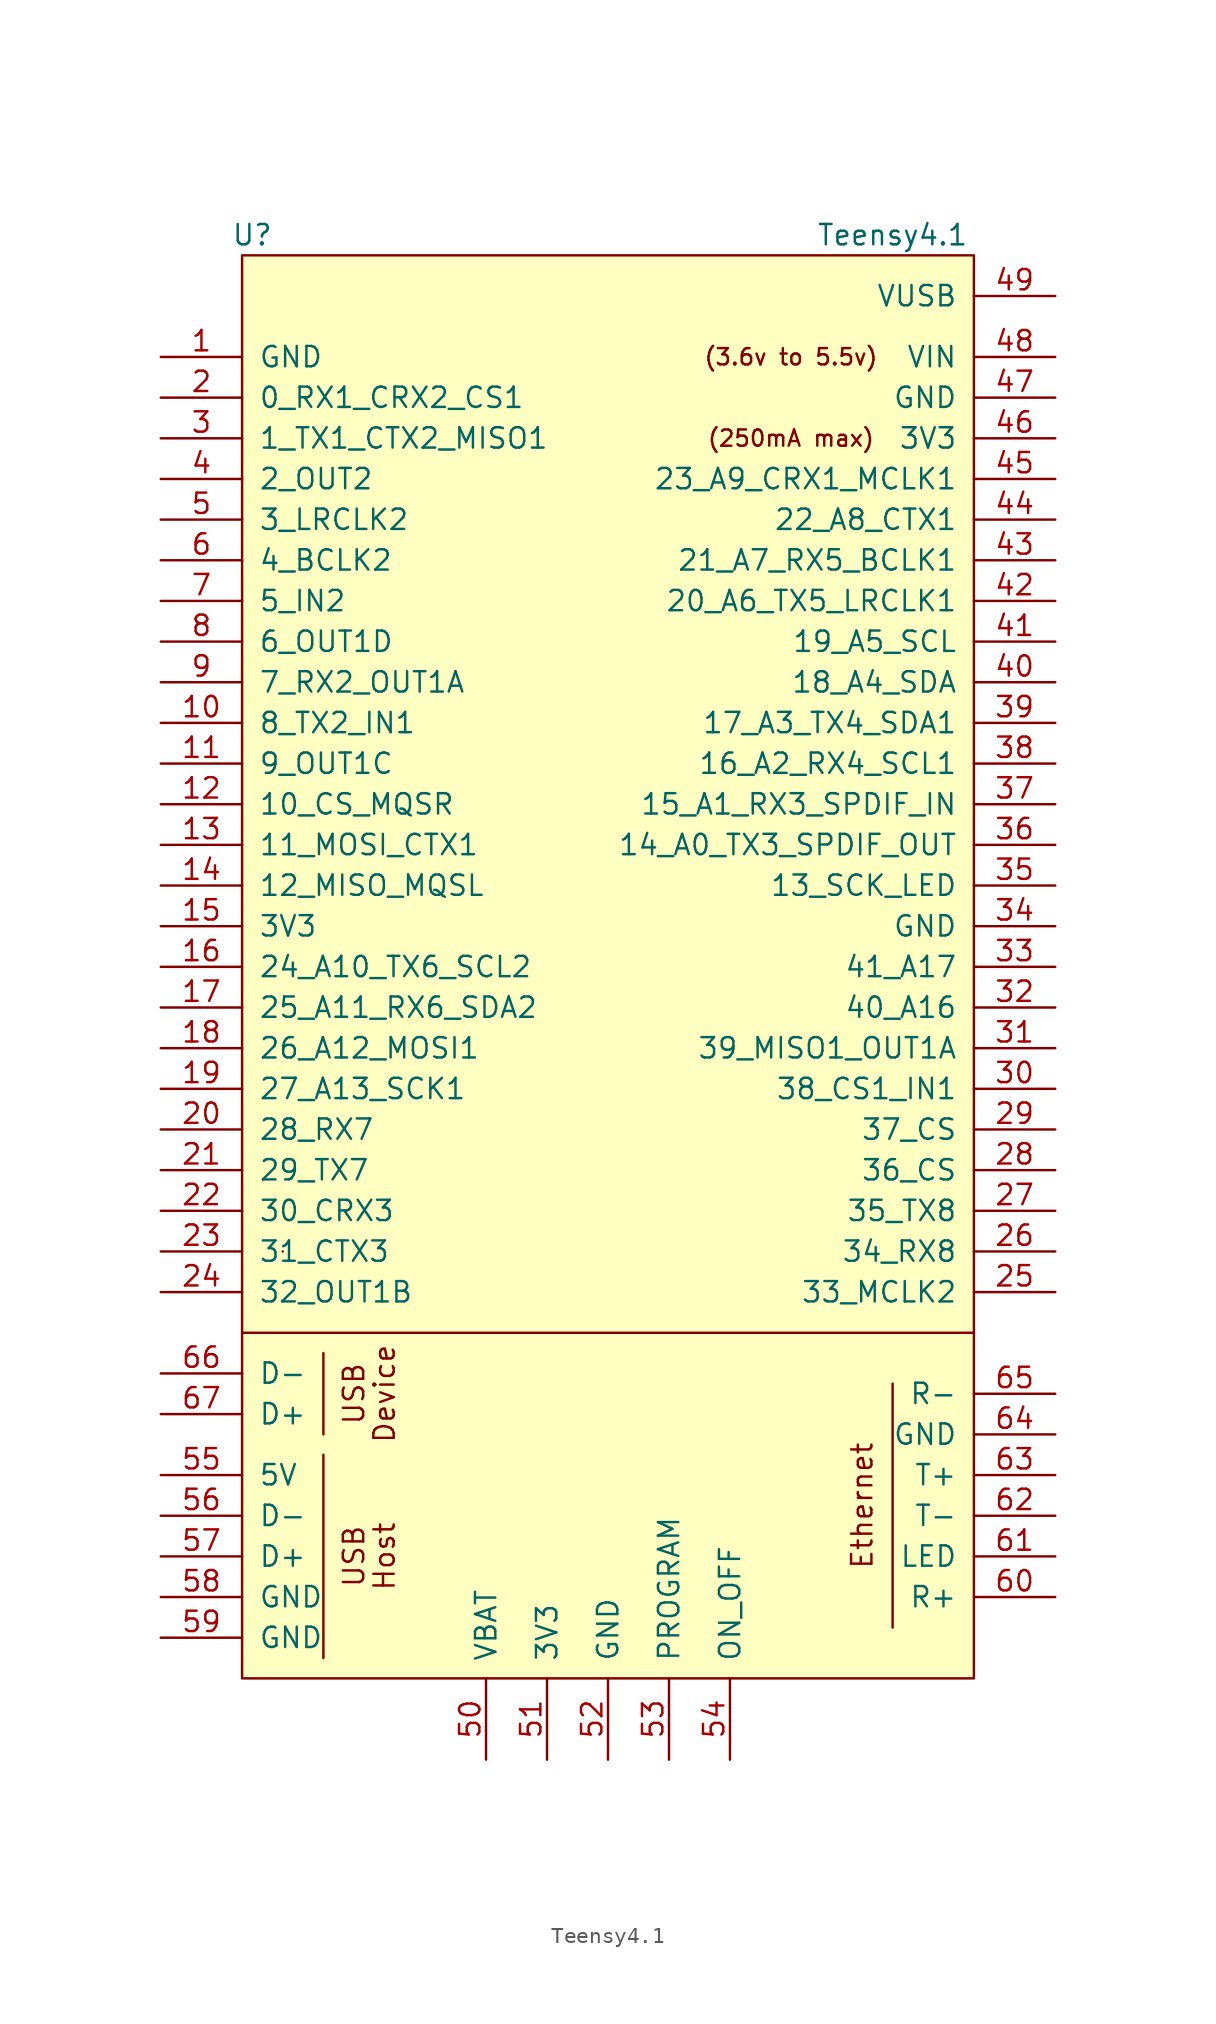
<source format=kicad_sym>
(kicad_symbol_lib
  (version 20231120)
  (generator "kicad_symbol_editor")
  (generator_version "8.0")
  (symbol "Teensy4.1"
    (pin_names
      (offset 1.016))
    (property "Reference" "U"
      (at -22.225 62.23 0)
      (effects (font (size 1.27 1.27))))
    (property "Value" "Teensy4.1"
      (at 17.78 62.23 0)
      (effects (font (size 1.27 1.27))))
    (symbol "Teensy4.1_0_0"
      (polyline (pts (xy -22.86 -6.35) (xy 22.86 -6.35)) (stroke (width 0) (type default)) (fill (type none)))
      (polyline (pts (xy -17.78 -26.67) (xy -17.78 -13.97)) (stroke (width 0) (type default)) (fill (type none)))
      (polyline (pts (xy -17.78 -7.62) (xy -17.78 -12.7)) (stroke (width 0) (type default)) (fill (type none)))
      (polyline (pts (xy 17.78 -9.525) (xy 17.78 -24.765)) (stroke (width 0) (type default)) (fill (type none)))
      (text "(250mA max)" (at 11.43 49.53 0) (effects (font (size 1.016 1.016))))
      (text "(3.6v to 5.5v)" (at 11.43 54.61 0) (effects (font (size 1.016 1.016))))
      (text "Device" (at -13.97 -10.16 900) (effects (font (size 1.27 1.27))))
      (text "Ethernet" (at 15.875 -17.145 900) (effects (font (size 1.27 1.27))))
      (text "Host" (at -13.97 -20.32 900) (effects (font (size 1.27 1.27))))
      (text "USB" (at -15.875 -20.32 900) (effects (font (size 1.27 1.27))))
      (text "USB" (at -15.875 -10.16 900) (effects (font (size 1.27 1.27))))
      (pin bidirectional line (at -27.94 31.75 0) (length 5.08) (name "8_TX2_IN1" (effects (font (size 1.27 1.27)))) (number "10" (effects (font (size 1.27 1.27)))))
      (pin bidirectional line (at -27.94 29.21 0) (length 5.08) (name "9_OUT1C" (effects (font (size 1.27 1.27)))) (number "11" (effects (font (size 1.27 1.27)))))
      (pin bidirectional line (at -27.94 26.67 0) (length 5.08) (name "10_CS_MQSR" (effects (font (size 1.27 1.27)))) (number "12" (effects (font (size 1.27 1.27)))))
      (pin bidirectional line (at -27.94 24.13 0) (length 5.08) (name "11_MOSI_CTX1" (effects (font (size 1.27 1.27)))) (number "13" (effects (font (size 1.27 1.27)))))
      (pin bidirectional line (at -27.94 21.59 0) (length 5.08) (name "12_MISO_MQSL" (effects (font (size 1.27 1.27)))) (number "14" (effects (font (size 1.27 1.27)))))
      (pin power_in line (at -27.94 19.05 0) (length 5.08) (name "3V3" (effects (font (size 1.27 1.27)))) (number "15" (effects (font (size 1.27 1.27)))))
      (pin bidirectional line (at -27.94 16.51 0) (length 5.08) (name "24_A10_TX6_SCL2" (effects (font (size 1.27 1.27)))) (number "16" (effects (font (size 1.27 1.27)))))
      (pin bidirectional line (at -27.94 13.97 0) (length 5.08) (name "25_A11_RX6_SDA2" (effects (font (size 1.27 1.27)))) (number "17" (effects (font (size 1.27 1.27)))))
      (pin bidirectional line (at -27.94 11.43 0) (length 5.08) (name "26_A12_MOSI1" (effects (font (size 1.27 1.27)))) (number "18" (effects (font (size 1.27 1.27)))))
      (pin bidirectional line (at -27.94 8.89 0) (length 5.08) (name "27_A13_SCK1" (effects (font (size 1.27 1.27)))) (number "19" (effects (font (size 1.27 1.27)))))
      (pin bidirectional line (at -27.94 6.35 0) (length 5.08) (name "28_RX7" (effects (font (size 1.27 1.27)))) (number "20" (effects (font (size 1.27 1.27)))))
      (pin bidirectional line (at -27.94 3.81 0) (length 5.08) (name "29_TX7" (effects (font (size 1.27 1.27)))) (number "21" (effects (font (size 1.27 1.27)))))
      (pin bidirectional line (at -27.94 1.27 0) (length 5.08) (name "30_CRX3" (effects (font (size 1.27 1.27)))) (number "22" (effects (font (size 1.27 1.27)))))
      (pin bidirectional line (at -27.94 -1.27 0) (length 5.08) (name "31_CTX3" (effects (font (size 1.27 1.27)))) (number "23" (effects (font (size 1.27 1.27)))))
      (pin bidirectional line (at -27.94 -3.81 0) (length 5.08) (name "32_OUT1B" (effects (font (size 1.27 1.27)))) (number "24" (effects (font (size 1.27 1.27)))))
      (pin bidirectional line (at 27.94 -3.81 180) (length 5.08) (name "33_MCLK2" (effects (font (size 1.27 1.27)))) (number "25" (effects (font (size 1.27 1.27)))))
      (pin bidirectional line (at 27.94 -1.27 180) (length 5.08) (name "34_RX8" (effects (font (size 1.27 1.27)))) (number "26" (effects (font (size 1.27 1.27)))))
      (pin bidirectional line (at 27.94 1.27 180) (length 5.08) (name "35_TX8" (effects (font (size 1.27 1.27)))) (number "27" (effects (font (size 1.27 1.27)))))
      (pin bidirectional line (at 27.94 3.81 180) (length 5.08) (name "36_CS" (effects (font (size 1.27 1.27)))) (number "28" (effects (font (size 1.27 1.27)))))
      (pin bidirectional line (at 27.94 6.35 180) (length 5.08) (name "37_CS" (effects (font (size 1.27 1.27)))) (number "29" (effects (font (size 1.27 1.27)))))
      (pin bidirectional line (at 27.94 8.89 180) (length 5.08) (name "38_CS1_IN1" (effects (font (size 1.27 1.27)))) (number "30" (effects (font (size 1.27 1.27)))))
      (pin bidirectional line (at 27.94 11.43 180) (length 5.08) (name "39_MISO1_OUT1A" (effects (font (size 1.27 1.27)))) (number "31" (effects (font (size 1.27 1.27)))))
      (pin bidirectional line (at 27.94 13.97 180) (length 5.08) (name "40_A16" (effects (font (size 1.27 1.27)))) (number "32" (effects (font (size 1.27 1.27)))))
      (pin bidirectional line (at 27.94 16.51 180) (length 5.08) (name "41_A17" (effects (font (size 1.27 1.27)))) (number "33" (effects (font (size 1.27 1.27)))))
      (pin bidirectional line (at 27.94 21.59 180) (length 5.08) (name "13_SCK_LED" (effects (font (size 1.27 1.27)))) (number "35" (effects (font (size 1.27 1.27)))))
      (pin bidirectional line (at 27.94 24.13 180) (length 5.08) (name "14_A0_TX3_SPDIF_OUT" (effects (font (size 1.27 1.27)))) (number "36" (effects (font (size 1.27 1.27)))))
      (pin bidirectional line (at 27.94 26.67 180) (length 5.08) (name "15_A1_RX3_SPDIF_IN" (effects (font (size 1.27 1.27)))) (number "37" (effects (font (size 1.27 1.27)))))
      (pin bidirectional line (at 27.94 29.21 180) (length 5.08) (name "16_A2_RX4_SCL1" (effects (font (size 1.27 1.27)))) (number "38" (effects (font (size 1.27 1.27)))))
      (pin bidirectional line (at 27.94 31.75 180) (length 5.08) (name "17_A3_TX4_SDA1" (effects (font (size 1.27 1.27)))) (number "39" (effects (font (size 1.27 1.27)))))
      (pin bidirectional line (at 27.94 34.29 180) (length 5.08) (name "18_A4_SDA" (effects (font (size 1.27 1.27)))) (number "40" (effects (font (size 1.27 1.27)))))
      (pin bidirectional line (at 27.94 36.83 180) (length 5.08) (name "19_A5_SCL" (effects (font (size 1.27 1.27)))) (number "41" (effects (font (size 1.27 1.27)))))
      (pin bidirectional line (at 27.94 39.37 180) (length 5.08) (name "20_A6_TX5_LRCLK1" (effects (font (size 1.27 1.27)))) (number "42" (effects (font (size 1.27 1.27)))))
      (pin bidirectional line (at 27.94 41.91 180) (length 5.08) (name "21_A7_RX5_BCLK1" (effects (font (size 1.27 1.27)))) (number "43" (effects (font (size 1.27 1.27)))))
      (pin bidirectional line (at 27.94 44.45 180) (length 5.08) (name "22_A8_CTX1" (effects (font (size 1.27 1.27)))) (number "44" (effects (font (size 1.27 1.27)))))
      (pin bidirectional line (at 27.94 46.99 180) (length 5.08) (name "23_A9_CRX1_MCLK1" (effects (font (size 1.27 1.27)))) (number "45" (effects (font (size 1.27 1.27)))))
      (pin power_in line (at 27.94 49.53 180) (length 5.08) (name "3V3" (effects (font (size 1.27 1.27)))) (number "46" (effects (font (size 1.27 1.27)))))
      (pin power_in line (at 27.94 52.07 180) (length 5.08) (name "GND" (effects (font (size 1.27 1.27)))) (number "47" (effects (font (size 1.27 1.27)))))
      (pin power_in line (at 27.94 54.61 180) (length 5.08) (name "VIN" (effects (font (size 1.27 1.27)))) (number "48" (effects (font (size 1.27 1.27)))))
      (pin power_out line (at 27.94 58.42 180) (length 5.08) (name "VUSB" (effects (font (size 1.27 1.27)))) (number "49" (effects (font (size 1.27 1.27)))))
      (pin bidirectional line (at -27.94 44.45 0) (length 5.08) (name "3_LRCLK2" (effects (font (size 1.27 1.27)))) (number "5" (effects (font (size 1.27 1.27)))))
      (pin power_in line (at -7.62 -33.02 90) (length 5.08) (name "VBAT" (effects (font (size 1.27 1.27)))) (number "50" (effects (font (size 1.27 1.27)))))
      (pin power_in line (at -3.81 -33.02 90) (length 5.08) (name "3V3" (effects (font (size 1.27 1.27)))) (number "51" (effects (font (size 1.27 1.27)))))
      (pin power_out line (at 0 -33.02 90) (length 5.08) (name "GND" (effects (font (size 1.27 1.27)))) (number "52" (effects (font (size 1.27 1.27)))))
      (pin input line (at 3.81 -33.02 90) (length 5.08) (name "PROGRAM" (effects (font (size 1.27 1.27)))) (number "53" (effects (font (size 1.27 1.27)))))
      (pin input line (at 7.62 -33.02 90) (length 5.08) (name "ON_OFF" (effects (font (size 1.27 1.27)))) (number "54" (effects (font (size 1.27 1.27)))))
      (pin power_out line (at -27.94 -15.24 0) (length 5.08) (name "5V" (effects (font (size 1.27 1.27)))) (number "55" (effects (font (size 1.27 1.27)))))
      (pin bidirectional line (at -27.94 -17.78 0) (length 5.08) (name "D-" (effects (font (size 1.27 1.27)))) (number "56" (effects (font (size 1.27 1.27)))))
      (pin bidirectional line (at -27.94 -20.32 0) (length 5.08) (name "D+" (effects (font (size 1.27 1.27)))) (number "57" (effects (font (size 1.27 1.27)))))
      (pin power_in line (at -27.94 -22.86 0) (length 5.08) (name "GND" (effects (font (size 1.27 1.27)))) (number "58" (effects (font (size 1.27 1.27)))))
      (pin power_in line (at -27.94 -25.4 0) (length 5.08) (name "GND" (effects (font (size 1.27 1.27)))) (number "59" (effects (font (size 1.27 1.27)))))
      (pin bidirectional line (at -27.94 41.91 0) (length 5.08) (name "4_BCLK2" (effects (font (size 1.27 1.27)))) (number "6" (effects (font (size 1.27 1.27)))))
      (pin bidirectional line (at 27.94 -22.86 180) (length 5.08) (name "R+" (effects (font (size 1.27 1.27)))) (number "60" (effects (font (size 1.27 1.27)))))
      (pin bidirectional line (at 27.94 -20.32 180) (length 5.08) (name "LED" (effects (font (size 1.27 1.27)))) (number "61" (effects (font (size 1.27 1.27)))))
      (pin bidirectional line (at 27.94 -17.78 180) (length 5.08) (name "T-" (effects (font (size 1.27 1.27)))) (number "62" (effects (font (size 1.27 1.27)))))
      (pin bidirectional line (at 27.94 -15.24 180) (length 5.08) (name "T+" (effects (font (size 1.27 1.27)))) (number "63" (effects (font (size 1.27 1.27)))))
      (pin power_in line (at 27.94 -12.7 180) (length 5.08) (name "GND" (effects (font (size 1.27 1.27)))) (number "64" (effects (font (size 1.27 1.27)))))
      (pin bidirectional line (at 27.94 -10.16 180) (length 5.08) (name "R-" (effects (font (size 1.27 1.27)))) (number "65" (effects (font (size 1.27 1.27)))))
      (pin bidirectional line (at -27.94 -8.89 0) (length 5.08) (name "D-" (effects (font (size 1.27 1.27)))) (number "66" (effects (font (size 1.27 1.27)))))
      (pin bidirectional line (at -27.94 -11.43 0) (length 5.08) (name "D+" (effects (font (size 1.27 1.27)))) (number "67" (effects (font (size 1.27 1.27)))))
      (pin bidirectional line (at -27.94 39.37 0) (length 5.08) (name "5_IN2" (effects (font (size 1.27 1.27)))) (number "7" (effects (font (size 1.27 1.27)))))
      (pin bidirectional line (at -27.94 36.83 0) (length 5.08) (name "6_OUT1D" (effects (font (size 1.27 1.27)))) (number "8" (effects (font (size 1.27 1.27)))))
      (pin bidirectional line (at -27.94 34.29 0) (length 5.08) (name "7_RX2_OUT1A" (effects (font (size 1.27 1.27)))) (number "9" (effects (font (size 1.27 1.27))))))
    (symbol "Teensy4.1_0_1"
      (rectangle (start -22.86 60.96) (end 22.86 -27.94) (stroke (width 0) (type default)) (fill (type background)))
      (rectangle (start -20.32 -1.27) (end -20.32 -1.27) (stroke (width 0) (type default)) (fill (type none))))
    (symbol "Teensy4.1_1_1"
      (pin power_in line (at -27.94 54.61 0) (length 5.08) (name "GND" (effects (font (size 1.27 1.27)))) (number "1" (effects (font (size 1.27 1.27)))))
      (pin bidirectional line (at -27.94 52.07 0) (length 5.08) (name "0_RX1_CRX2_CS1" (effects (font (size 1.27 1.27)))) (number "2" (effects (font (size 1.27 1.27)))))
      (pin bidirectional line (at -27.94 49.53 0) (length 5.08) (name "1_TX1_CTX2_MISO1" (effects (font (size 1.27 1.27)))) (number "3" (effects (font (size 1.27 1.27)))))
      (pin power_in line (at 27.94 19.05 180) (length 5.08) (name "GND" (effects (font (size 1.27 1.27)))) (number "34" (effects (font (size 1.27 1.27)))))
      (pin bidirectional line (at -27.94 46.99 0) (length 5.08) (name "2_OUT2" (effects (font (size 1.27 1.27)))) (number "4" (effects (font (size 1.27 1.27))))))))
</source>
